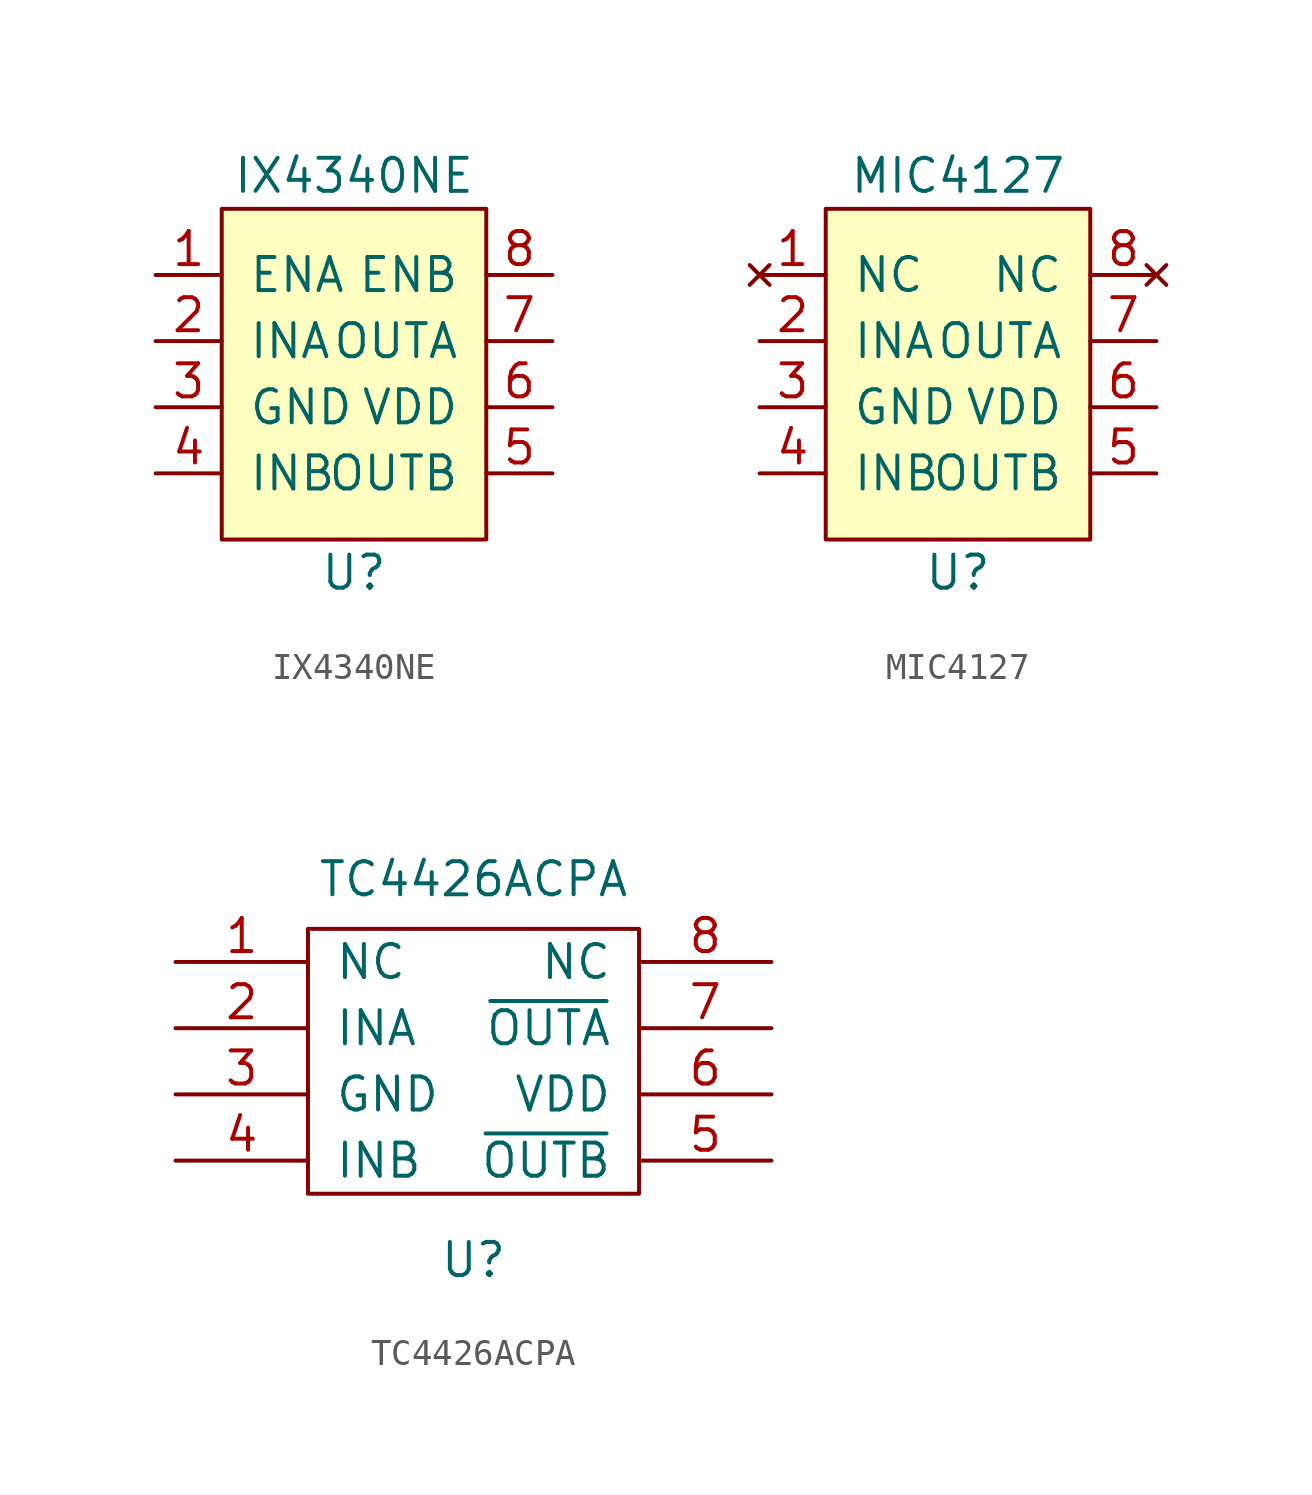
<source format=kicad_sym>
(kicad_symbol_lib
  (version 20220914)
  (generator kicad_symbol_editor)
  (symbol "IX4340NE"
    (pin_names
      (offset 1.016))
    (property "Reference" "U"
      (at 0 -8.89 0)
      (effects (font (size 1.27 1.27))))
    (property "Value" "IX4340NE"
      (at 0 6.35 0)
      (effects (font (size 1.27 1.27))))
    (symbol "IX4340NE_0_1"
      (rectangle (start -5.08 5.08) (end 5.08 -7.62) (stroke (width 0) (type solid)) (fill (type background))))
    (symbol "IX4340NE_1_1"
      (pin input line (at -7.62 2.54 0) (length 2.54) (name "ENA" (effects (font (size 1.27 1.27)))) (number "1" (effects (font (size 1.27 1.27)))))
      (pin input line (at -7.62 0 0) (length 2.54) (name "INA" (effects (font (size 1.27 1.27)))) (number "2" (effects (font (size 1.27 1.27)))))
      (pin power_in line (at -7.62 -2.54 0) (length 2.54) (name "GND" (effects (font (size 1.27 1.27)))) (number "3" (effects (font (size 1.27 1.27)))))
      (pin input line (at -7.62 -5.08 0) (length 2.54) (name "INB" (effects (font (size 1.27 1.27)))) (number "4" (effects (font (size 1.27 1.27)))))
      (pin output line (at 7.62 -5.08 180) (length 2.54) (name "OUTB" (effects (font (size 1.27 1.27)))) (number "5" (effects (font (size 1.27 1.27)))))
      (pin power_in line (at 7.62 -2.54 180) (length 2.54) (name "VDD" (effects (font (size 1.27 1.27)))) (number "6" (effects (font (size 1.27 1.27)))))
      (pin output line (at 7.62 0 180) (length 2.54) (name "OUTA" (effects (font (size 1.27 1.27)))) (number "7" (effects (font (size 1.27 1.27)))))
      (pin input line (at 7.62 2.54 180) (length 2.54) (name "ENB" (effects (font (size 1.27 1.27)))) (number "8" (effects (font (size 1.27 1.27)))))))
  (symbol "MIC4127"
    (pin_names
      (offset 1.016))
    (property "Reference" "U"
      (at 0 -8.89 0)
      (effects (font (size 1.27 1.27))))
    (property "Value" "MIC4127"
      (at 0 6.35 0)
      (effects (font (size 1.27 1.27))))
    (symbol "MIC4127_0_1"
      (rectangle (start -5.08 5.08) (end 5.08 -7.62) (stroke (width 0) (type solid)) (fill (type background))))
    (symbol "MIC4127_1_1"
      (pin no_connect line (at -7.62 2.54 0) (length 2.54) (name "NC" (effects (font (size 1.27 1.27)))) (number "1" (effects (font (size 1.27 1.27)))))
      (pin input line (at -7.62 0 0) (length 2.54) (name "INA" (effects (font (size 1.27 1.27)))) (number "2" (effects (font (size 1.27 1.27)))))
      (pin power_in line (at -7.62 -2.54 0) (length 2.54) (name "GND" (effects (font (size 1.27 1.27)))) (number "3" (effects (font (size 1.27 1.27)))))
      (pin input line (at -7.62 -5.08 0) (length 2.54) (name "INB" (effects (font (size 1.27 1.27)))) (number "4" (effects (font (size 1.27 1.27)))))
      (pin output line (at 7.62 -5.08 180) (length 2.54) (name "OUTB" (effects (font (size 1.27 1.27)))) (number "5" (effects (font (size 1.27 1.27)))))
      (pin power_in line (at 7.62 -2.54 180) (length 2.54) (name "VDD" (effects (font (size 1.27 1.27)))) (number "6" (effects (font (size 1.27 1.27)))))
      (pin output line (at 7.62 0 180) (length 2.54) (name "OUTA" (effects (font (size 1.27 1.27)))) (number "7" (effects (font (size 1.27 1.27)))))
      (pin no_connect line (at 7.62 2.54 180) (length 2.54) (name "NC" (effects (font (size 1.27 1.27)))) (number "8" (effects (font (size 1.27 1.27)))))))
  (symbol "TC4426ACPA"
    (pin_names
      (offset 1.016))
    (property "Reference" "U"
      (at 0 -7.62 0)
      (effects (font (size 1.27 1.27))))
    (property "Value" "TC4426ACPA"
      (at 0 6.985 0)
      (effects (font (size 1.27 1.27))))
    (symbol "TC4426ACPA_0_1"
      (rectangle (start -6.35 5.08) (end 6.35 -5.08) (stroke (width 0) (type solid)) (fill (type none))))
    (symbol "TC4426ACPA_1_1"
      (pin input line (at -11.43 3.81 0) (length 5.08) (name "NC" (effects (font (size 1.27 1.27)))) (number "1" (effects (font (size 1.27 1.27)))))
      (pin input line (at -11.43 1.27 0) (length 5.08) (name "INA" (effects (font (size 1.27 1.27)))) (number "2" (effects (font (size 1.27 1.27)))))
      (pin input line (at -11.43 -1.27 0) (length 5.08) (name "GND" (effects (font (size 1.27 1.27)))) (number "3" (effects (font (size 1.27 1.27)))))
      (pin input line (at -11.43 -3.81 0) (length 5.08) (name "INB" (effects (font (size 1.27 1.27)))) (number "4" (effects (font (size 1.27 1.27)))))
      (pin input line (at 11.43 -3.81 180) (length 5.08) (name "~{OUTB}" (effects (font (size 1.27 1.27)))) (number "5" (effects (font (size 1.27 1.27)))))
      (pin input line (at 11.43 -1.27 180) (length 5.08) (name "VDD" (effects (font (size 1.27 1.27)))) (number "6" (effects (font (size 1.27 1.27)))))
      (pin input line (at 11.43 1.27 180) (length 5.08) (name "~{OUTA}" (effects (font (size 1.27 1.27)))) (number "7" (effects (font (size 1.27 1.27)))))
      (pin input line (at 11.43 3.81 180) (length 5.08) (name "NC" (effects (font (size 1.27 1.27)))) (number "8" (effects (font (size 1.27 1.27))))))))
</source>
